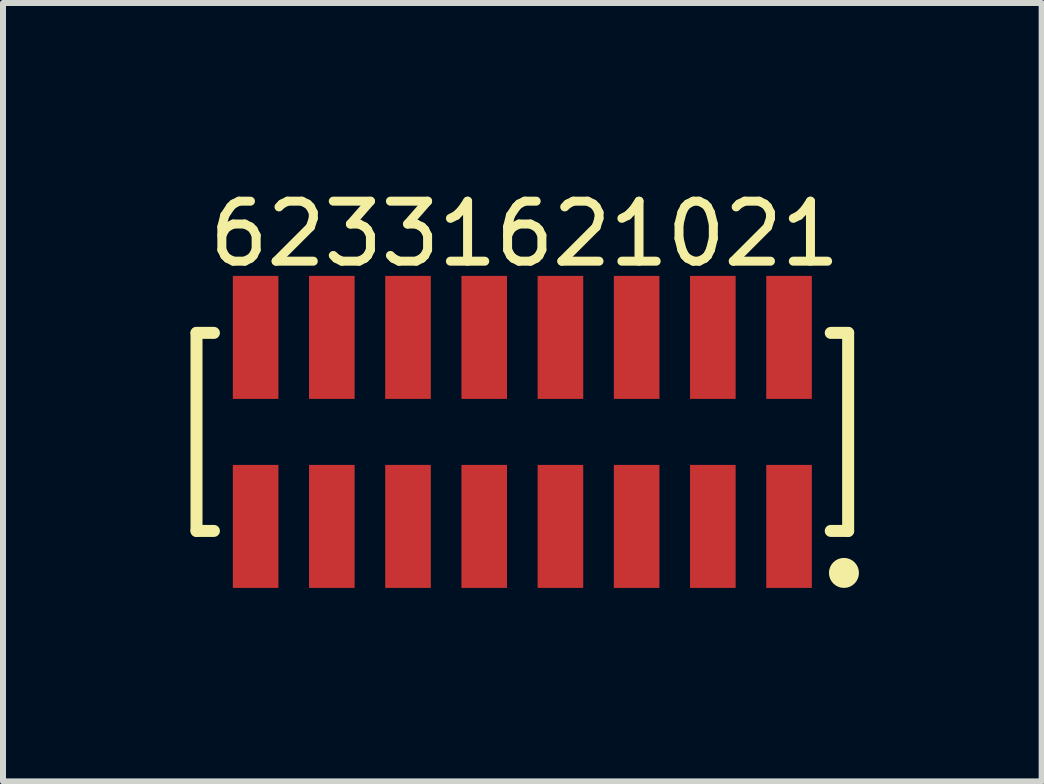
<source format=kicad_pcb>
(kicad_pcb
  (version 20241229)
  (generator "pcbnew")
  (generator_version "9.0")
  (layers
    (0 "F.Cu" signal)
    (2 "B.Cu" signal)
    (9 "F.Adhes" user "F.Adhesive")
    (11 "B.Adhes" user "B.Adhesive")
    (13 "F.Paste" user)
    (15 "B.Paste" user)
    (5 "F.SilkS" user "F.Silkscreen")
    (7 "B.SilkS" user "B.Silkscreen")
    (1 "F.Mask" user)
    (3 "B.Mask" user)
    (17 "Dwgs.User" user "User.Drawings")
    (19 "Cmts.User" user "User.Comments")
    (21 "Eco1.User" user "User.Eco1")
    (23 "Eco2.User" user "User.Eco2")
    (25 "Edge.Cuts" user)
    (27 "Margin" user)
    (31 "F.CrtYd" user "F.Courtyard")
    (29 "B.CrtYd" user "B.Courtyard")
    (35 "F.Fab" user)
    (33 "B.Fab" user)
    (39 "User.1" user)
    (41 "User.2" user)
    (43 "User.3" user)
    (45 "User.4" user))
  (footprint "62331621021"
    (layer "F.Cu")
    (at 5.655 4.148)
    (property "Reference" "62331621021" (at 0.04 -3.3 0) (layer "F.SilkS") (effects (font (size 1 1) (thickness 0.15))))
    (fp_line (start -5.43 -1.65) (end -5.14 -1.65) (stroke (width 0.2) (type solid)) (layer "F.SilkS"))
    (fp_line (start -5.43 1.65) (end -5.43 -1.65) (stroke (width 0.2) (type solid)) (layer "F.SilkS"))
    (fp_line (start -5.43 1.65) (end -5.14 1.65) (stroke (width 0.2) (type solid)) (layer "F.SilkS"))
    (fp_line (start 5.14 -1.65) (end 5.43 -1.65) (stroke (width 0.2) (type solid)) (layer "F.SilkS"))
    (fp_line (start 5.14 1.65) (end 5.43 1.65) (stroke (width 0.2) (type solid)) (layer "F.SilkS"))
    (fp_line (start 5.43 1.65) (end 5.43 -1.65) (stroke (width 0.2) (type solid)) (layer "F.SilkS"))
    (fp_circle (center 5.36 2.35) (end 5.36 2.225) (stroke (width 0.25) (type solid)) (fill no) (layer "F.SilkS"))
    (fp_line (start -5.63 -2.8) (end 5.63 -2.8) (stroke (width 0.05) (type solid)) (layer "Eco2.User"))
    (fp_line (start -5.63 2.8) (end -5.63 -2.8) (stroke (width 0.05) (type solid)) (layer "Eco2.User"))
    (fp_line (start -5.63 2.8) (end 5.63 2.8) (stroke (width 0.05) (type solid)) (layer "Eco2.User"))
    (fp_line (start -5.28 -1.55) (end 5.28 -1.55) (stroke (width 0.1) (type solid)) (layer "Eco2.User"))
    (fp_line (start -5.28 1.55) (end -5.28 -1.55) (stroke (width 0.1) (type solid)) (layer "Eco2.User"))
    (fp_line (start -5.28 1.55) (end 5.28 1.55) (stroke (width 0.1) (type solid)) (layer "Eco2.User"))
    (fp_line (start -4.695 -2.3) (end -4.195 -2.3) (stroke (width 0.1) (type solid)) (layer "Eco2.User"))
    (fp_line (start -4.695 -1.55) (end -4.695 -2.3) (stroke (width 0.1) (type solid)) (layer "Eco2.User"))
    (fp_line (start -4.695 2.3) (end -4.695 1.55) (stroke (width 0.1) (type solid)) (layer "Eco2.User"))
    (fp_line (start -4.695 2.3) (end -4.195 2.3) (stroke (width 0.1) (type solid)) (layer "Eco2.User"))
    (fp_line (start -4.195 -1.55) (end -4.195 -2.3) (stroke (width 0.1) (type solid)) (layer "Eco2.User"))
    (fp_line (start -4.195 2.3) (end -4.195 1.55) (stroke (width 0.1) (type solid)) (layer "Eco2.User"))
    (fp_line (start -3.425 -2.3) (end -2.925 -2.3) (stroke (width 0.1) (type solid)) (layer "Eco2.User"))
    (fp_line (start -3.425 -1.55) (end -3.425 -2.3) (stroke (width 0.1) (type solid)) (layer "Eco2.User"))
    (fp_line (start -3.425 2.3) (end -3.425 1.55) (stroke (width 0.1) (type solid)) (layer "Eco2.User"))
    (fp_line (start -3.425 2.3) (end -2.925 2.3) (stroke (width 0.1) (type solid)) (layer "Eco2.User"))
    (fp_line (start -2.925 -1.55) (end -2.925 -2.3) (stroke (width 0.1) (type solid)) (layer "Eco2.User"))
    (fp_line (start -2.925 2.3) (end -2.925 1.55) (stroke (width 0.1) (type solid)) (layer "Eco2.User"))
    (fp_line (start -2.155 -2.3) (end -1.655 -2.3) (stroke (width 0.1) (type solid)) (layer "Eco2.User"))
    (fp_line (start -2.155 -1.55) (end -2.155 -2.3) (stroke (width 0.1) (type solid)) (layer "Eco2.User"))
    (fp_line (start -2.155 2.3) (end -2.155 1.55) (stroke (width 0.1) (type solid)) (layer "Eco2.User"))
    (fp_line (start -2.155 2.3) (end -1.655 2.3) (stroke (width 0.1) (type solid)) (layer "Eco2.User"))
    (fp_line (start -1.655 -1.55) (end -1.655 -2.3) (stroke (width 0.1) (type solid)) (layer "Eco2.User"))
    (fp_line (start -1.655 2.3) (end -1.655 1.55) (stroke (width 0.1) (type solid)) (layer "Eco2.User"))
    (fp_line (start -0.885 -2.3) (end -0.385 -2.3) (stroke (width 0.1) (type solid)) (layer "Eco2.User"))
    (fp_line (start -0.885 -1.55) (end -0.885 -2.3) (stroke (width 0.1) (type solid)) (layer "Eco2.User"))
    (fp_line (start -0.885 2.3) (end -0.885 1.55) (stroke (width 0.1) (type solid)) (layer "Eco2.User"))
    (fp_line (start -0.885 2.3) (end -0.385 2.3) (stroke (width 0.1) (type solid)) (layer "Eco2.User"))
    (fp_line (start -0.5 0) (end 0.5 0) (stroke (width 0.05) (type solid)) (layer "Eco2.User"))
    (fp_line (start -0.385 -1.55) (end -0.385 -2.3) (stroke (width 0.1) (type solid)) (layer "Eco2.User"))
    (fp_line (start -0.385 2.3) (end -0.385 1.55) (stroke (width 0.1) (type solid)) (layer "Eco2.User"))
    (fp_line (start 0 0.5) (end 0 -0.5) (stroke (width 0.05) (type solid)) (layer "Eco2.User"))
    (fp_line (start 0.385 -2.3) (end 0.885 -2.3) (stroke (width 0.1) (type solid)) (layer "Eco2.User"))
    (fp_line (start 0.385 -1.55) (end 0.385 -2.3) (stroke (width 0.1) (type solid)) (layer "Eco2.User"))
    (fp_line (start 0.385 2.3) (end 0.385 1.55) (stroke (width 0.1) (type solid)) (layer "Eco2.User"))
    (fp_line (start 0.385 2.3) (end 0.885 2.3) (stroke (width 0.1) (type solid)) (layer "Eco2.User"))
    (fp_line (start 0.885 -1.55) (end 0.885 -2.3) (stroke (width 0.1) (type solid)) (layer "Eco2.User"))
    (fp_line (start 0.885 2.3) (end 0.885 1.55) (stroke (width 0.1) (type solid)) (layer "Eco2.User"))
    (fp_line (start 1.655 -2.3) (end 2.155 -2.3) (stroke (width 0.1) (type solid)) (layer "Eco2.User"))
    (fp_line (start 1.655 -1.55) (end 1.655 -2.3) (stroke (width 0.1) (type solid)) (layer "Eco2.User"))
    (fp_line (start 1.655 2.3) (end 1.655 1.55) (stroke (width 0.1) (type solid)) (layer "Eco2.User"))
    (fp_line (start 1.655 2.3) (end 2.155 2.3) (stroke (width 0.1) (type solid)) (layer "Eco2.User"))
    (fp_line (start 2.155 -1.55) (end 2.155 -2.3) (stroke (width 0.1) (type solid)) (layer "Eco2.User"))
    (fp_line (start 2.155 2.3) (end 2.155 1.55) (stroke (width 0.1) (type solid)) (layer "Eco2.User"))
    (fp_line (start 2.925 -2.3) (end 3.425 -2.3) (stroke (width 0.1) (type solid)) (layer "Eco2.User"))
    (fp_line (start 2.925 -1.55) (end 2.925 -2.3) (stroke (width 0.1) (type solid)) (layer "Eco2.User"))
    (fp_line (start 2.925 2.3) (end 2.925 1.55) (stroke (width 0.1) (type solid)) (layer "Eco2.User"))
    (fp_line (start 2.925 2.3) (end 3.425 2.3) (stroke (width 0.1) (type solid)) (layer "Eco2.User"))
    (fp_line (start 3.425 -1.55) (end 3.425 -2.3) (stroke (width 0.1) (type solid)) (layer "Eco2.User"))
    (fp_line (start 3.425 2.3) (end 3.425 1.55) (stroke (width 0.1) (type solid)) (layer "Eco2.User"))
    (fp_line (start 4.195 -2.3) (end 4.695 -2.3) (stroke (width 0.1) (type solid)) (layer "Eco2.User"))
    (fp_line (start 4.195 -1.55) (end 4.195 -2.3) (stroke (width 0.1) (type solid)) (layer "Eco2.User"))
    (fp_line (start 4.195 2.3) (end 4.195 1.55) (stroke (width 0.1) (type solid)) (layer "Eco2.User"))
    (fp_line (start 4.195 2.3) (end 4.695 2.3) (stroke (width 0.1) (type solid)) (layer "Eco2.User"))
    (fp_line (start 4.695 -1.55) (end 4.695 -2.3) (stroke (width 0.1) (type solid)) (layer "Eco2.User"))
    (fp_line (start 4.695 2.3) (end 4.695 1.55) (stroke (width 0.1) (type solid)) (layer "Eco2.User"))
    (fp_line (start 5.28 1.55) (end 5.28 -1.55) (stroke (width 0.1) (type solid)) (layer "Eco2.User"))
    (fp_line (start 5.63 2.8) (end 5.63 -2.8) (stroke (width 0.05) (type solid)) (layer "Eco2.User"))
    (fp_text user "${REFERENCE}" (at 0.1 -0.131 0) (unlocked yes) (layer "User.3") (effects (font (size 1 1) (thickness 0.1))))
    (pad "1" smd rect (at 4.445 1.575 180) (size 0.76 2.05) (layers "F.Cu" "F.Mask" "F.Paste"))
    (pad "2" smd rect (at 4.445 -1.575 180) (size 0.76 2.05) (layers "F.Cu" "F.Mask" "F.Paste"))
    (pad "3" smd rect (at 3.175 1.575 180) (size 0.76 2.05) (layers "F.Cu" "F.Mask" "F.Paste"))
    (pad "4" smd rect (at 3.175 -1.575 180) (size 0.76 2.05) (layers "F.Cu" "F.Mask" "F.Paste"))
    (pad "5" smd rect (at 1.905 1.575 180) (size 0.76 2.05) (layers "F.Cu" "F.Mask" "F.Paste"))
    (pad "6" smd rect (at 1.905 -1.575 180) (size 0.76 2.05) (layers "F.Cu" "F.Mask" "F.Paste"))
    (pad "7" smd rect (at 0.635 1.575 180) (size 0.76 2.05) (layers "F.Cu" "F.Mask" "F.Paste"))
    (pad "8" smd rect (at 0.635 -1.575 180) (size 0.76 2.05) (layers "F.Cu" "F.Mask" "F.Paste"))
    (pad "9" smd rect (at -0.635 1.575 180) (size 0.76 2.05) (layers "F.Cu" "F.Mask" "F.Paste"))
    (pad "10" smd rect (at -0.635 -1.575 180) (size 0.76 2.05) (layers "F.Cu" "F.Mask" "F.Paste"))
    (pad "11" smd rect (at -1.905 1.575 180) (size 0.76 2.05) (layers "F.Cu" "F.Mask" "F.Paste"))
    (pad "12" smd rect (at -1.905 -1.575 180) (size 0.76 2.05) (layers "F.Cu" "F.Mask" "F.Paste"))
    (pad "13" smd rect (at -3.175 1.575 180) (size 0.76 2.05) (layers "F.Cu" "F.Mask" "F.Paste"))
    (pad "14" smd rect (at -3.175 -1.575 180) (size 0.76 2.05) (layers "F.Cu" "F.Mask" "F.Paste"))
    (pad "15" smd rect (at -4.445 1.575 180) (size 0.76 2.05) (layers "F.Cu" "F.Mask" "F.Paste"))
    (pad "16" smd rect (at -4.445 -1.575 180) (size 0.76 2.05) (layers "F.Cu" "F.Mask" "F.Paste")))
  (gr_rect
    (start -3 -3)
    (end 14.31 9.973)
    (stroke (width 0.1) (type default))
    (fill no)
    (layer "Edge.Cuts")))
</source>
